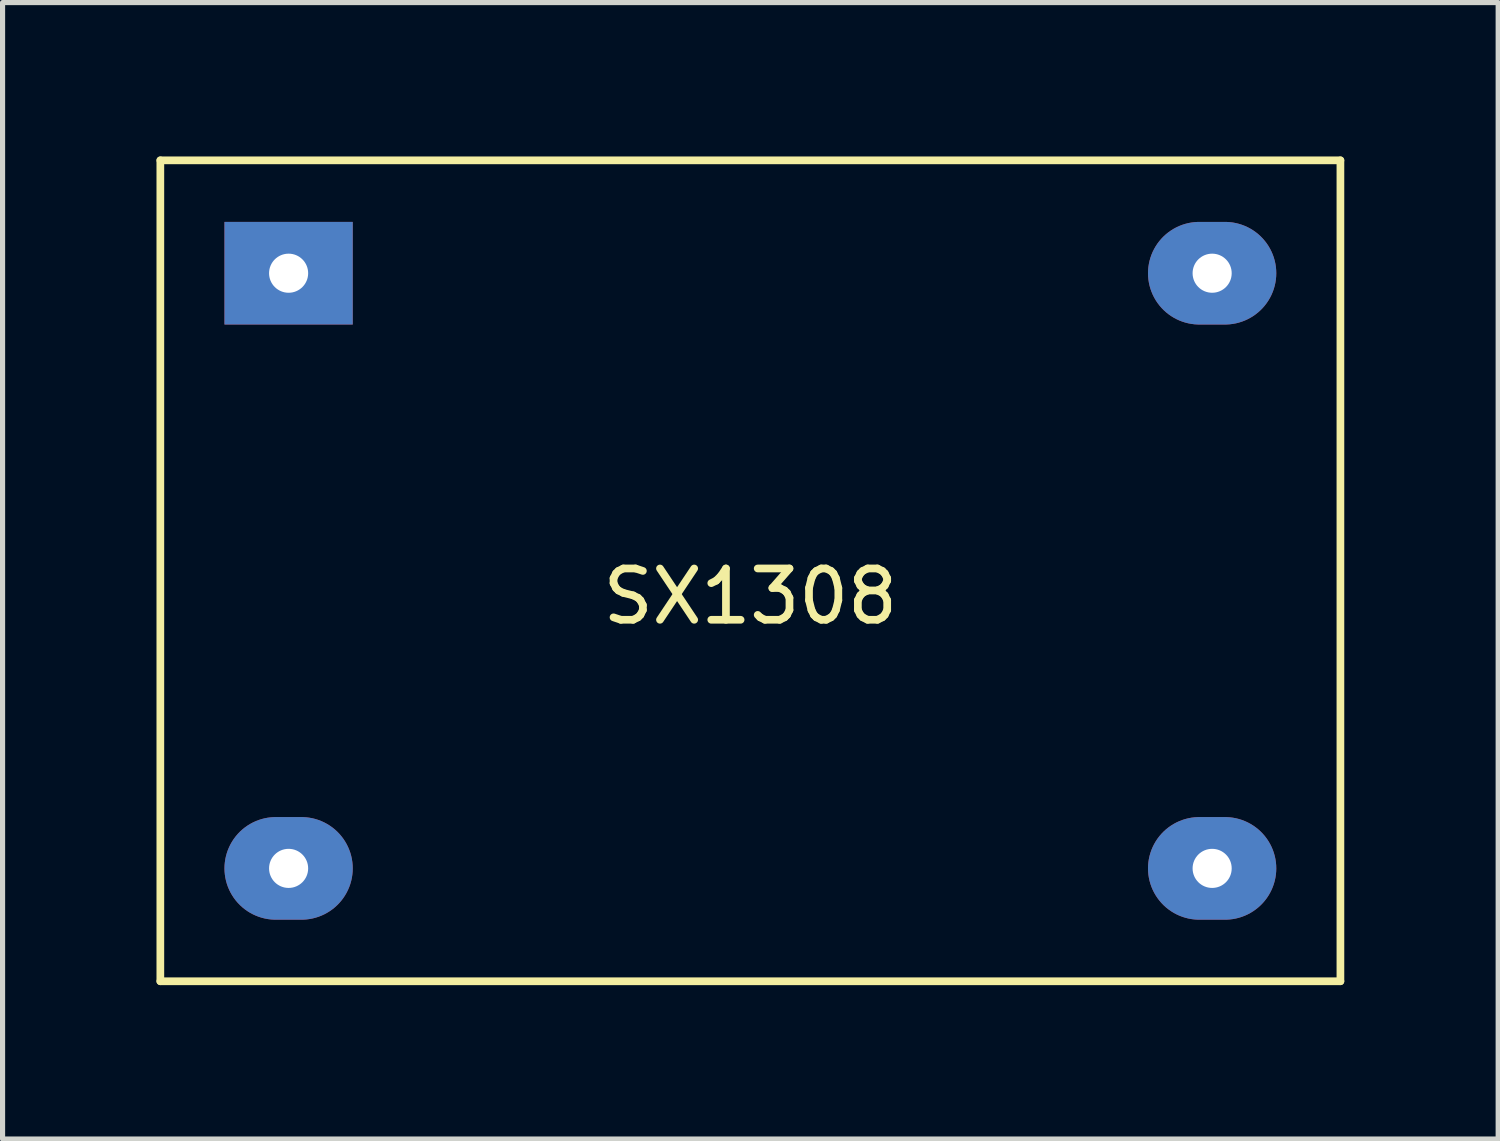
<source format=kicad_pcb>
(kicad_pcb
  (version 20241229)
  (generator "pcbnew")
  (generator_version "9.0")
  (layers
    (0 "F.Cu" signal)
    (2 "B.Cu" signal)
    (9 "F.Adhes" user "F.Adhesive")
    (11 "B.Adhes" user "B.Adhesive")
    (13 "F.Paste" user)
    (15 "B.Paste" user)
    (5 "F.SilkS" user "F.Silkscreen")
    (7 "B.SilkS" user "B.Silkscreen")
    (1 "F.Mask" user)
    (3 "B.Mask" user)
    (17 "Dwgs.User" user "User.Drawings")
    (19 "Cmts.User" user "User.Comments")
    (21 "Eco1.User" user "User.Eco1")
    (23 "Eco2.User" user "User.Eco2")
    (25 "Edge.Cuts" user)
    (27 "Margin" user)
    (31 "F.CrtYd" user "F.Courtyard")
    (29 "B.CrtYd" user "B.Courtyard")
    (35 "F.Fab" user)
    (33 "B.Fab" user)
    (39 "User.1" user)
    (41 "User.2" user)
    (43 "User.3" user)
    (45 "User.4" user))
  (footprint "SX1308"
    (layer "F.Cu")
    (at 11.575 8.075)
    (property "Reference" "SX1308" (at 0 0.5 0) (layer "F.SilkS") (effects (font (size 1 1) (thickness 0.15))))
    (attr through_hole)
    (fp_line (start -11.5 -8) (end -11.5 8) (stroke (width 0.15) (type solid)) (layer "F.SilkS"))
    (fp_line (start -11.5 8) (end 11.5 8) (stroke (width 0.15) (type solid)) (layer "F.SilkS"))
    (fp_line (start 11.5 -8) (end -11.5 -8) (stroke (width 0.15) (type solid)) (layer "F.SilkS"))
    (fp_line (start 11.5 8) (end 11.5 -8) (stroke (width 0.15) (type solid)) (layer "F.SilkS"))
    (pad "1" thru_hole rect (at -9 -5.8) (size 2.5 2) (drill 0.762) (layers "*.Cu" "*.Mask"))
    (pad "2" thru_hole oval (at -9 5.8) (size 2.5 2) (drill 0.762) (layers "*.Cu" "*.Mask"))
    (pad "3" thru_hole oval (at 9 -5.8) (size 2.5 2) (drill 0.762) (layers "*.Cu" "*.Mask"))
    (pad "4" thru_hole oval (at 9 5.8) (size 2.5 2) (drill 0.762) (layers "*.Cu" "*.Mask")))
  (gr_rect
    (start -3 -3)
    (end 26.15 19.15)
    (stroke (width 0.1) (type default))
    (fill no)
    (layer "Edge.Cuts")))
</source>
